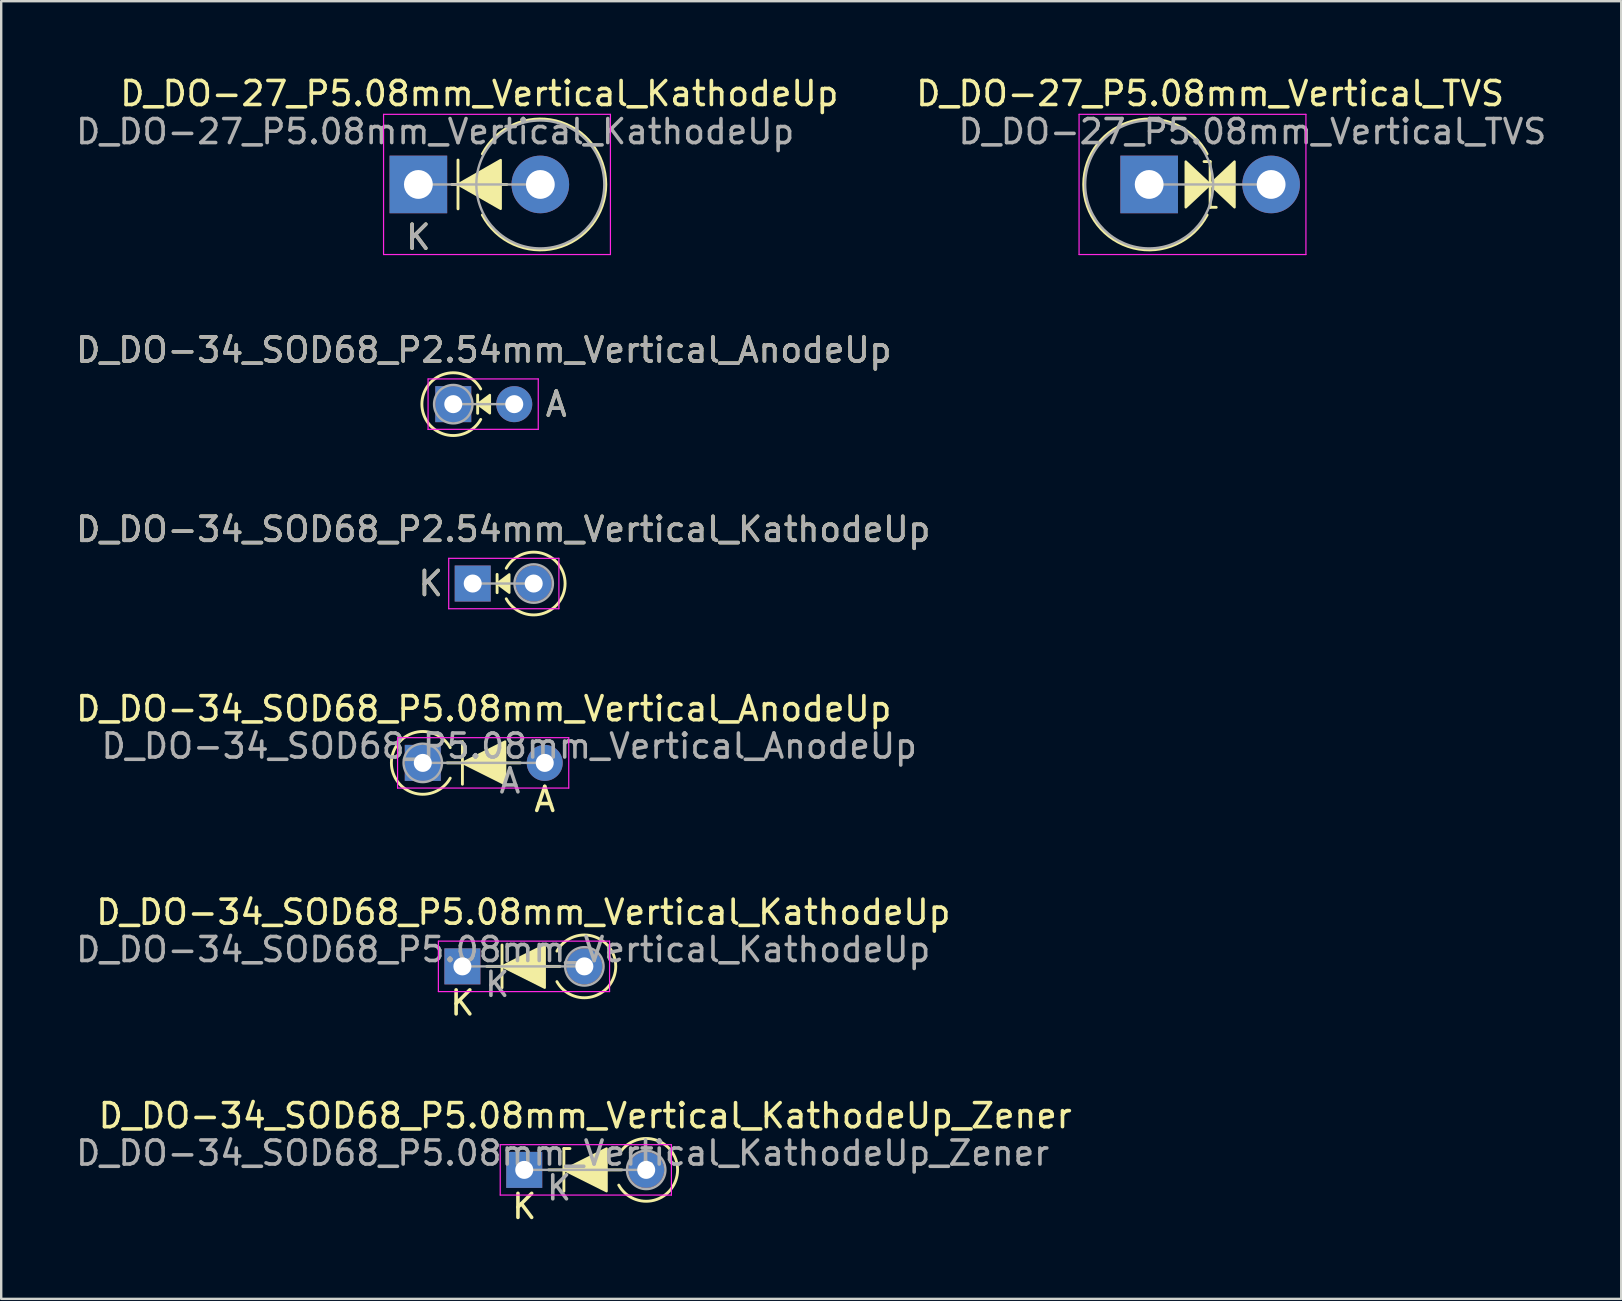
<source format=kicad_pcb>
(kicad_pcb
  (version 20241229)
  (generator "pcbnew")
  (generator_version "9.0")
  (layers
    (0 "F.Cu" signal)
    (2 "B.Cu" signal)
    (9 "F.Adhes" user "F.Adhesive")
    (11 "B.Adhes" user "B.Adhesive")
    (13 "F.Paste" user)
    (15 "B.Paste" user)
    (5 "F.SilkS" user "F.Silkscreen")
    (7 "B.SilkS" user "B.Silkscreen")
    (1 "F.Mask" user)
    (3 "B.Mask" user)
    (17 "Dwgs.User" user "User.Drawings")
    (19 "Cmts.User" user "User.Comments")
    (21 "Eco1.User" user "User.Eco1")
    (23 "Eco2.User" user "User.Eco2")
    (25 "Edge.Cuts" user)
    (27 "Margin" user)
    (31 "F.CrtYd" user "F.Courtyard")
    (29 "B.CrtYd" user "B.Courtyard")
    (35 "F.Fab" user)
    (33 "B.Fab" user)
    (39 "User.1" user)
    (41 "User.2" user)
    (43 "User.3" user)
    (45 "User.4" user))
  (footprint "D_DO-34_SOD68_P2.54mm_Vertical_KathodeUp"
    (layer "F.Cu")
    (at 16.641 21.257)
    (property "Reference" "D_DO-34_SOD68_P2.54mm_Vertical_KathodeUp" (at 1.27 -2.256 0) (layer "F.SilkS") (effects (font (size 1 1) (thickness 0.15))))
    (attr through_hole)
    (fp_line (start 1.016 -0.381) (end 1.016 0.381) (stroke (width 0.12) (type solid)) (layer "F.SilkS"))
    (fp_arc (start 1.397 -0.635) (mid 3.847543 0) (end 1.397 0.634999) (stroke (width 0.12) (type solid)) (layer "F.SilkS"))
    (fp_poly (pts (xy 1.524 0.381) (xy 1.016 0) (xy 1.524 -0.381)) (stroke (width 0.1) (type solid)) (fill yes) (layer "F.SilkS"))
    (fp_line (start -1 -1.05) (end -1 1.05) (stroke (width 0.05) (type solid)) (layer "F.CrtYd"))
    (fp_line (start -1 1.05) (end 3.59 1.05) (stroke (width 0.05) (type solid)) (layer "F.CrtYd"))
    (fp_line (start 3.59 -1.05) (end -1 -1.05) (stroke (width 0.05) (type solid)) (layer "F.CrtYd"))
    (fp_line (start 3.59 1.05) (end 3.59 -1.05) (stroke (width 0.05) (type solid)) (layer "F.CrtYd"))
    (fp_line (start 0 0) (end 2.54 0) (stroke (width 0.1) (type solid)) (layer "F.Fab"))
    (fp_circle (center 2.54 0) (end 3.34 0) (stroke (width 0.1) (type solid)) (fill no) (layer "F.Fab"))
    (fp_text user "K" (at -1.75 0 0) (layer "F.SilkS") (effects (font (size 1 1) (thickness 0.15))))
    (fp_text user "${REFERENCE}" (at 1.27 -2.256 0) (layer "F.Fab") (effects (font (size 1 1) (thickness 0.15))))
    (fp_text user "K" (at -1.75 0 0) (layer "F.Fab") (effects (font (size 1 1) (thickness 0.15))))
    (pad "1" thru_hole rect (at 0 0) (size 1.5 1.5) (drill 0.75) (layers "*.Cu" "*.Mask"))
    (pad "2" thru_hole oval (at 2.54 0) (size 1.5 1.5) (drill 0.75) (layers "*.Cu" "*.Mask")))
  (footprint "D_DO-34_SOD68_P5.08mm_Vertical_KathodeUp_Zener"
    (layer "F.Cu")
    (at 18.787 45.681)
    (property "Reference" "D_DO-34_SOD68_P5.08mm_Vertical_KathodeUp_Zener" (at 2.54 -2.256 0) (layer "F.SilkS") (effects (font (size 1 1) (thickness 0.15))))
    (attr through_hole)
    (fp_line (start 1.651 -0.889) (end 1.905 -0.889) (stroke (width 0.12) (type solid)) (layer "F.SilkS"))
    (fp_line (start 1.651 0.889) (end 1.651 -0.889) (stroke (width 0.12) (type solid)) (layer "F.SilkS"))
    (fp_line (start 4.064 0) (end 1.016 0) (stroke (width 0.12) (type solid)) (layer "F.SilkS"))
    (fp_arc (start 3.937 -0.634999) (mid 6.387543 0.000001) (end 3.937 0.635) (stroke (width 0.12) (type solid)) (layer "F.SilkS"))
    (fp_poly (pts (xy 3.429 0.889) (xy 1.651 0) (xy 3.429 -0.889)) (stroke (width 0.1) (type solid)) (fill yes) (layer "F.SilkS"))
    (fp_line (start -1 -1.05) (end -1 1.05) (stroke (width 0.05) (type solid)) (layer "F.CrtYd"))
    (fp_line (start -1 1.05) (end 6.13 1.05) (stroke (width 0.05) (type solid)) (layer "F.CrtYd"))
    (fp_line (start 6.13 -1.05) (end -1 -1.05) (stroke (width 0.05) (type solid)) (layer "F.CrtYd"))
    (fp_line (start 6.13 1.05) (end 6.13 -1.05) (stroke (width 0.05) (type solid)) (layer "F.CrtYd"))
    (fp_line (start 0 0) (end 5.08 0) (stroke (width 0.1) (type solid)) (layer "F.Fab"))
    (fp_circle (center 5.08 0) (end 5.88 0) (stroke (width 0.1) (type solid)) (fill no) (layer "F.Fab"))
    (fp_text user "K" (at 0 1.524 0) (layer "F.SilkS") (effects (font (size 1 1) (thickness 0.15))))
    (fp_text user "${REFERENCE}" (at 1.6 -0.7 0) (layer "F.Fab") (effects (font (size 1 1) (thickness 0.15))))
    (fp_text user "K" (at 1.45 0.75 0) (layer "F.Fab") (effects (font (size 1 1) (thickness 0.15))))
    (pad "1" thru_hole rect (at 0 0) (size 1.5 1.5) (drill 0.75) (layers "*.Cu" "*.Mask"))
    (pad "2" thru_hole oval (at 5.08 0) (size 1.5 1.5) (drill 0.75) (layers "*.Cu" "*.Mask")))
  (footprint "D_DO-34_SOD68_P5.08mm_Vertical_KathodeUp"
    (layer "F.Cu")
    (at 16.211 37.204)
    (property "Reference" "D_DO-34_SOD68_P5.08mm_Vertical_KathodeUp" (at 2.54 -2.256 0) (layer "F.SilkS") (effects (font (size 1 1) (thickness 0.15))))
    (attr through_hole)
    (fp_line (start 1.651 0.889) (end 1.651 -0.889) (stroke (width 0.12) (type solid)) (layer "F.SilkS"))
    (fp_line (start 4.064 0) (end 1.016 0) (stroke (width 0.12) (type solid)) (layer "F.SilkS"))
    (fp_arc (start 3.937 -0.634999) (mid 6.387543 0.000001) (end 3.937 0.635) (stroke (width 0.12) (type solid)) (layer "F.SilkS"))
    (fp_poly (pts (xy 3.429 0.889) (xy 1.651 0) (xy 3.429 -0.889)) (stroke (width 0.1) (type solid)) (fill yes) (layer "F.SilkS"))
    (fp_line (start -1 -1.05) (end -1 1.05) (stroke (width 0.05) (type solid)) (layer "F.CrtYd"))
    (fp_line (start -1 1.05) (end 6.13 1.05) (stroke (width 0.05) (type solid)) (layer "F.CrtYd"))
    (fp_line (start 6.13 -1.05) (end -1 -1.05) (stroke (width 0.05) (type solid)) (layer "F.CrtYd"))
    (fp_line (start 6.13 1.05) (end 6.13 -1.05) (stroke (width 0.05) (type solid)) (layer "F.CrtYd"))
    (fp_line (start 0 0) (end 5.08 0) (stroke (width 0.1) (type solid)) (layer "F.Fab"))
    (fp_circle (center 5.08 0) (end 5.88 0) (stroke (width 0.1) (type solid)) (fill no) (layer "F.Fab"))
    (fp_text user "K" (at 0 1.524 0) (layer "F.SilkS") (effects (font (size 1 1) (thickness 0.15))))
    (fp_text user "${REFERENCE}" (at 1.7 -0.7 0) (layer "F.Fab") (effects (font (size 1 1) (thickness 0.15))))
    (fp_text user "K" (at 1.45 0.75 0) (layer "F.Fab") (effects (font (size 1 1) (thickness 0.15))))
    (pad "1" thru_hole rect (at 0 0) (size 1.5 1.5) (drill 0.75) (layers "*.Cu" "*.Mask"))
    (pad "2" thru_hole oval (at 5.08 0) (size 1.5 1.5) (drill 0.75) (layers "*.Cu" "*.Mask")))
  (footprint "D_DO-34_SOD68_P2.54mm_Vertical_AnodeUp"
    (layer "F.Cu")
    (at 15.831 13.785)
    (property "Reference" "D_DO-34_SOD68_P2.54mm_Vertical_AnodeUp" (at 1.27 -2.256 0) (layer "F.SilkS") (effects (font (size 1 1) (thickness 0.15))))
    (attr through_hole)
    (fp_line (start 1.016 -0.381) (end 1.016 0.381) (stroke (width 0.12) (type solid)) (layer "F.SilkS"))
    (fp_arc (start 1.142999 0.635) (mid -1.307544 0.000001) (end 1.142999 -0.634999) (stroke (width 0.12) (type solid)) (layer "F.SilkS"))
    (fp_poly (pts (xy 1.524 0.381) (xy 1.016 0) (xy 1.524 -0.381)) (stroke (width 0.1) (type solid)) (fill yes) (layer "F.SilkS"))
    (fp_line (start -1.05 -1.05) (end -1.05 1.05) (stroke (width 0.05) (type solid)) (layer "F.CrtYd"))
    (fp_line (start -1.05 1.05) (end 3.54 1.05) (stroke (width 0.05) (type solid)) (layer "F.CrtYd"))
    (fp_line (start 3.54 -1.05) (end -1.05 -1.05) (stroke (width 0.05) (type solid)) (layer "F.CrtYd"))
    (fp_line (start 3.54 1.05) (end 3.54 -1.05) (stroke (width 0.05) (type solid)) (layer "F.CrtYd"))
    (fp_line (start 0 0) (end 2.54 0) (stroke (width 0.1) (type solid)) (layer "F.Fab"))
    (fp_circle (center 0 0) (end 0.8 0) (stroke (width 0.1) (type solid)) (fill no) (layer "F.Fab"))
    (fp_text user "A" (at 4.29 0 0) (layer "F.SilkS") (effects (font (size 1 1) (thickness 0.15))))
    (fp_text user "${REFERENCE}" (at 1.27 -2.256 0) (layer "F.Fab") (effects (font (size 1 1) (thickness 0.15))))
    (fp_text user "A" (at 4.29 0 0) (layer "F.Fab") (effects (font (size 1 1) (thickness 0.15))))
    (pad "1" thru_hole rect (at 0 0) (size 1.5 1.5) (drill 0.75) (layers "*.Cu" "*.Mask"))
    (pad "2" thru_hole oval (at 2.54 0) (size 1.5 1.5) (drill 0.75) (layers "*.Cu" "*.Mask")))
  (footprint "D_DO-27_P5.08mm_Vertical_KathodeUp"
    (layer "F.Cu")
    (at 14.377 4.633)
    (property "Reference" "D_DO-27_P5.08mm_Vertical_KathodeUp" (at 2.54 -3.785 0) (layer "F.SilkS") (effects (font (size 1 1) (thickness 0.15))))
    (attr through_hole)
    (fp_line (start 1.397 0) (end 3.683 0) (stroke (width 0.12) (type solid)) (layer "F.SilkS"))
    (fp_line (start 1.651 -1.016) (end 1.651 1.016) (stroke (width 0.12) (type solid)) (layer "F.SilkS"))
    (fp_arc (start 2.667001 -1.27) (mid 7.806804 -0.000001) (end 2.667001 1.269999) (stroke (width 0.12) (type solid)) (layer "F.SilkS"))
    (fp_poly (pts (xy 3.429 1.016) (xy 1.651 0) (xy 3.429 -1.016)) (stroke (width 0.1) (type solid)) (fill yes) (layer "F.SilkS"))
    (fp_line (start -1.45 -2.92) (end -1.45 2.92) (stroke (width 0.05) (type solid)) (layer "F.CrtYd"))
    (fp_line (start -1.45 2.92) (end 8 2.92) (stroke (width 0.05) (type solid)) (layer "F.CrtYd"))
    (fp_line (start 8 -2.92) (end -1.45 -2.92) (stroke (width 0.05) (type solid)) (layer "F.CrtYd"))
    (fp_line (start 8 2.92) (end 8 -2.92) (stroke (width 0.05) (type solid)) (layer "F.CrtYd"))
    (fp_line (start 0 0) (end 5.08 0) (stroke (width 0.1) (type solid)) (layer "F.Fab"))
    (fp_circle (center 5.08 0) (end 7.745 0) (stroke (width 0.1) (type solid)) (fill no) (layer "F.Fab"))
    (fp_text user "K" (at 0 2.2 0) (layer "F.SilkS") (effects (font (size 1 1) (thickness 0.15))))
    (fp_text user "${REFERENCE}" (at 0.7 -2.2 0) (layer "F.Fab") (effects (font (size 1 1) (thickness 0.15))))
    (fp_text user "K" (at 0 2.2 0) (layer "F.Fab") (effects (font (size 1 1) (thickness 0.15))))
    (pad "1" thru_hole rect (at 0 0) (size 2.4 2.4) (drill 1.2) (layers "*.Cu" "*.Mask"))
    (pad "2" thru_hole oval (at 5.08 0) (size 2.4 2.4) (drill 1.2) (layers "*.Cu" "*.Mask")))
  (footprint "D_DO-27_P5.08mm_Vertical_TVS"
    (layer "F.Cu")
    (at 44.818 4.633)
    (property "Reference" "D_DO-27_P5.08mm_Vertical_TVS" (at 2.54 -3.785 0) (layer "F.SilkS") (effects (font (size 1 1) (thickness 0.15))))
    (attr through_hole)
    (fp_line (start 2.54 -0.953) (end 2.286 -0.953) (stroke (width 0.12) (type solid)) (layer "F.SilkS"))
    (fp_line (start 2.54 -0.953) (end 2.54 0.953) (stroke (width 0.12) (type solid)) (layer "F.SilkS"))
    (fp_line (start 2.54 0.953) (end 2.794 0.953) (stroke (width 0.12) (type solid)) (layer "F.SilkS"))
    (fp_arc (start 2.412999 1.27) (mid -2.726805 0) (end 2.412999 -1.269999) (stroke (width 0.12) (type solid)) (layer "F.SilkS"))
    (fp_poly (pts (xy 1.524 -0.953) (xy 2.54 0) (xy 1.524 0.953)) (stroke (width 0.1) (type solid)) (fill yes) (layer "F.SilkS"))
    (fp_poly (pts (xy 3.556 0.953) (xy 2.54 0) (xy 3.556 -0.953)) (stroke (width 0.1) (type solid)) (fill yes) (layer "F.SilkS"))
    (fp_line (start -2.92 -2.92) (end -2.92 2.92) (stroke (width 0.05) (type solid)) (layer "F.CrtYd"))
    (fp_line (start -2.92 2.92) (end 6.53 2.92) (stroke (width 0.05) (type solid)) (layer "F.CrtYd"))
    (fp_line (start 6.53 -2.92) (end -2.92 -2.92) (stroke (width 0.05) (type solid)) (layer "F.CrtYd"))
    (fp_line (start 6.53 2.92) (end 6.53 -2.92) (stroke (width 0.05) (type solid)) (layer "F.CrtYd"))
    (fp_line (start 0 0) (end 5.08 0) (stroke (width 0.1) (type solid)) (layer "F.Fab"))
    (fp_circle (center 0 0) (end 2.665 0) (stroke (width 0.1) (type solid)) (fill no) (layer "F.Fab"))
    (fp_text user "${REFERENCE}" (at 4.3 -2.2 0) (layer "F.Fab") (effects (font (size 1 1) (thickness 0.15))))
    (pad "1" thru_hole rect (at 0 0) (size 2.4 2.4) (drill 1.2) (layers "*.Cu" "*.Mask"))
    (pad "2" thru_hole oval (at 5.08 0) (size 2.4 2.4) (drill 1.2) (layers "*.Cu" "*.Mask")))
  (footprint "D_DO-34_SOD68_P5.08mm_Vertical_AnodeUp"
    (layer "F.Cu")
    (at 14.561 28.728)
    (property "Reference" "D_DO-34_SOD68_P5.08mm_Vertical_AnodeUp" (at 2.54 -2.256 0) (layer "F.SilkS") (effects (font (size 1 1) (thickness 0.15))))
    (attr through_hole)
    (fp_line (start 1.651 0.889) (end 1.651 -0.889) (stroke (width 0.12) (type solid)) (layer "F.SilkS"))
    (fp_line (start 4.064 0) (end 1.016 0) (stroke (width 0.12) (type solid)) (layer "F.SilkS"))
    (fp_arc (start 1.142999 0.635) (mid -1.307544 0.000001) (end 1.142999 -0.634999) (stroke (width 0.12) (type solid)) (layer "F.SilkS"))
    (fp_poly (pts (xy 3.429 0.889) (xy 1.651 0) (xy 3.429 -0.889)) (stroke (width 0.1) (type solid)) (fill yes) (layer "F.SilkS"))
    (fp_line (start -1.05 -1.05) (end -1.05 1.05) (stroke (width 0.05) (type solid)) (layer "F.CrtYd"))
    (fp_line (start -1.05 1.05) (end 6.08 1.05) (stroke (width 0.05) (type solid)) (layer "F.CrtYd"))
    (fp_line (start 6.08 -1.05) (end -1.05 -1.05) (stroke (width 0.05) (type solid)) (layer "F.CrtYd"))
    (fp_line (start 6.08 1.05) (end 6.08 -1.05) (stroke (width 0.05) (type solid)) (layer "F.CrtYd"))
    (fp_line (start 0 0) (end 5.08 0) (stroke (width 0.1) (type solid)) (layer "F.Fab"))
    (fp_circle (center 0 0) (end 0.8 0) (stroke (width 0.1) (type solid)) (fill no) (layer "F.Fab"))
    (fp_text user "A" (at 5.08 1.524 0) (layer "F.SilkS") (effects (font (size 1 1) (thickness 0.15))))
    (fp_text user "A" (at 3.63 0.75 0) (layer "F.Fab") (effects (font (size 1 1) (thickness 0.15))))
    (fp_text user "${REFERENCE}" (at 3.6 -0.7 0) (layer "F.Fab") (effects (font (size 1 1) (thickness 0.15))))
    (pad "1" thru_hole rect (at 0 0) (size 1.5 1.5) (drill 0.75) (layers "*.Cu" "*.Mask"))
    (pad "2" thru_hole oval (at 5.08 0) (size 1.5 1.5) (drill 0.75) (layers "*.Cu" "*.Mask")))
  (gr_rect
    (start -3 -3)
    (end 64.481 51.053)
    (stroke (width 0.1) (type default))
    (fill no)
    (layer "Edge.Cuts")))
</source>
